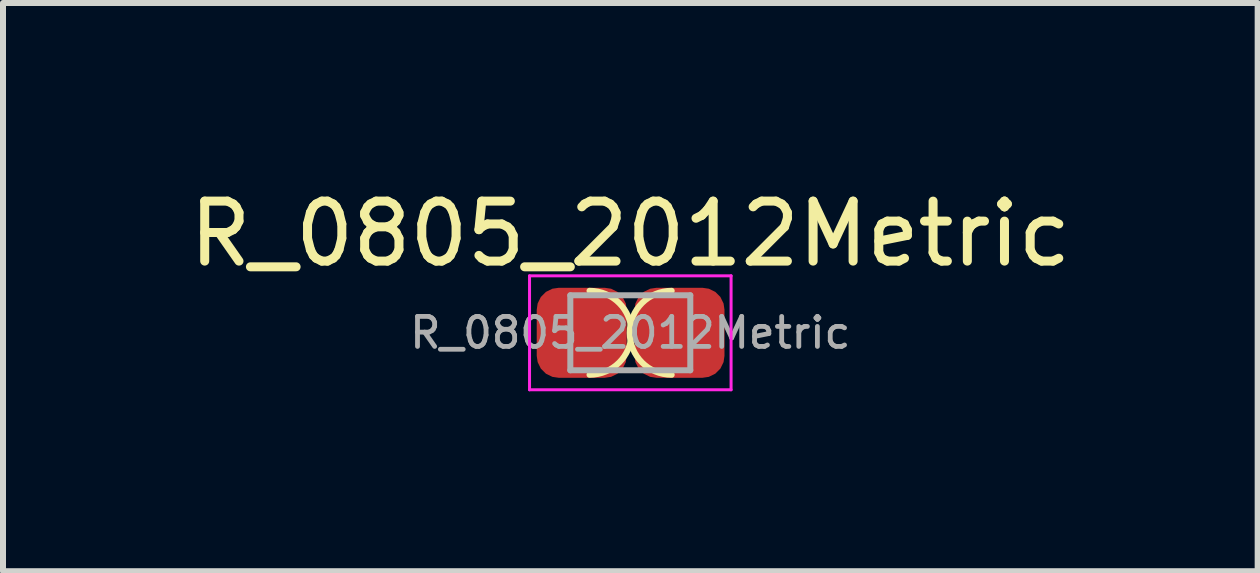
<source format=kicad_pcb>
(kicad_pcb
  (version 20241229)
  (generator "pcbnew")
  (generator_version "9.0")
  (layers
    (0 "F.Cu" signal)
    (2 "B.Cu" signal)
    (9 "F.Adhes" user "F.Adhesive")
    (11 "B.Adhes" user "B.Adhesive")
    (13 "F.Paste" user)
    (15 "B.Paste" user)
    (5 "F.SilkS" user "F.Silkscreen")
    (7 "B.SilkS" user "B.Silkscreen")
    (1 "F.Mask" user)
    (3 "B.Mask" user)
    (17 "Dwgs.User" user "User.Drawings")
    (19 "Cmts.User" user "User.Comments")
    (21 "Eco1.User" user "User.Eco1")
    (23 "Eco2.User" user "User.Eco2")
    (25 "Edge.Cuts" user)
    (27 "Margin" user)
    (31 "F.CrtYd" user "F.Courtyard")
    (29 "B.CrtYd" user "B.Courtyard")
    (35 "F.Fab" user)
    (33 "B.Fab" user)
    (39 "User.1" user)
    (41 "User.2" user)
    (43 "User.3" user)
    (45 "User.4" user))
  (footprint "R_0805_2012Metric"
    (layer "F.Cu")
    (at 7.458 2.498)
    (property "Reference" "R_0805_2012Metric" (at 0 -1.65 0) (layer "F.SilkS") (effects (font (size 1 1) (thickness 0.15))))
    (attr smd)
    (fp_arc (start -0.68 -0.7) (mid 0.02 0) (end -0.68 0.7) (stroke (width 0.1) (type default)) (layer "F.SilkS"))
    (fp_arc (start 0.69 0.7) (mid -0.01 0) (end 0.69 -0.7) (stroke (width 0.1) (type default)) (layer "F.SilkS"))
    (fp_line (start -1.68 -0.95) (end 1.68 -0.95) (stroke (width 0.05) (type solid)) (layer "F.CrtYd"))
    (fp_line (start -1.68 0.95) (end -1.68 -0.95) (stroke (width 0.05) (type solid)) (layer "F.CrtYd"))
    (fp_line (start 1.68 -0.95) (end 1.68 0.95) (stroke (width 0.05) (type solid)) (layer "F.CrtYd"))
    (fp_line (start 1.68 0.95) (end -1.68 0.95) (stroke (width 0.05) (type solid)) (layer "F.CrtYd"))
    (fp_line (start -1 -0.625) (end 1 -0.625) (stroke (width 0.1) (type solid)) (layer "F.Fab"))
    (fp_line (start -1 0.625) (end -1 -0.625) (stroke (width 0.1) (type solid)) (layer "F.Fab"))
    (fp_line (start 1 -0.625) (end 1 0.625) (stroke (width 0.1) (type solid)) (layer "F.Fab"))
    (fp_line (start 1 0.625) (end -1 0.625) (stroke (width 0.1) (type solid)) (layer "F.Fab"))
    (fp_text user "${REFERENCE}" (at 0 0 0) (layer "F.Fab") (effects (font (size 0.5 0.5) (thickness 0.08))))
    (pad "1" smd roundrect (at -0.81 0) (size 1.5 1.5) (layers "F.Cu" "F.Mask" "F.Paste") (roundrect_rratio 0.244))
    (pad "2" smd roundrect (at 0.82 0) (size 1.5 1.5) (layers "F.Cu" "F.Mask" "F.Paste") (roundrect_rratio 0.244)))
  (gr_rect
    (start -3 -3)
    (end 17.917 6.473)
    (stroke (width 0.1) (type default))
    (fill no)
    (layer "Edge.Cuts")))
</source>
